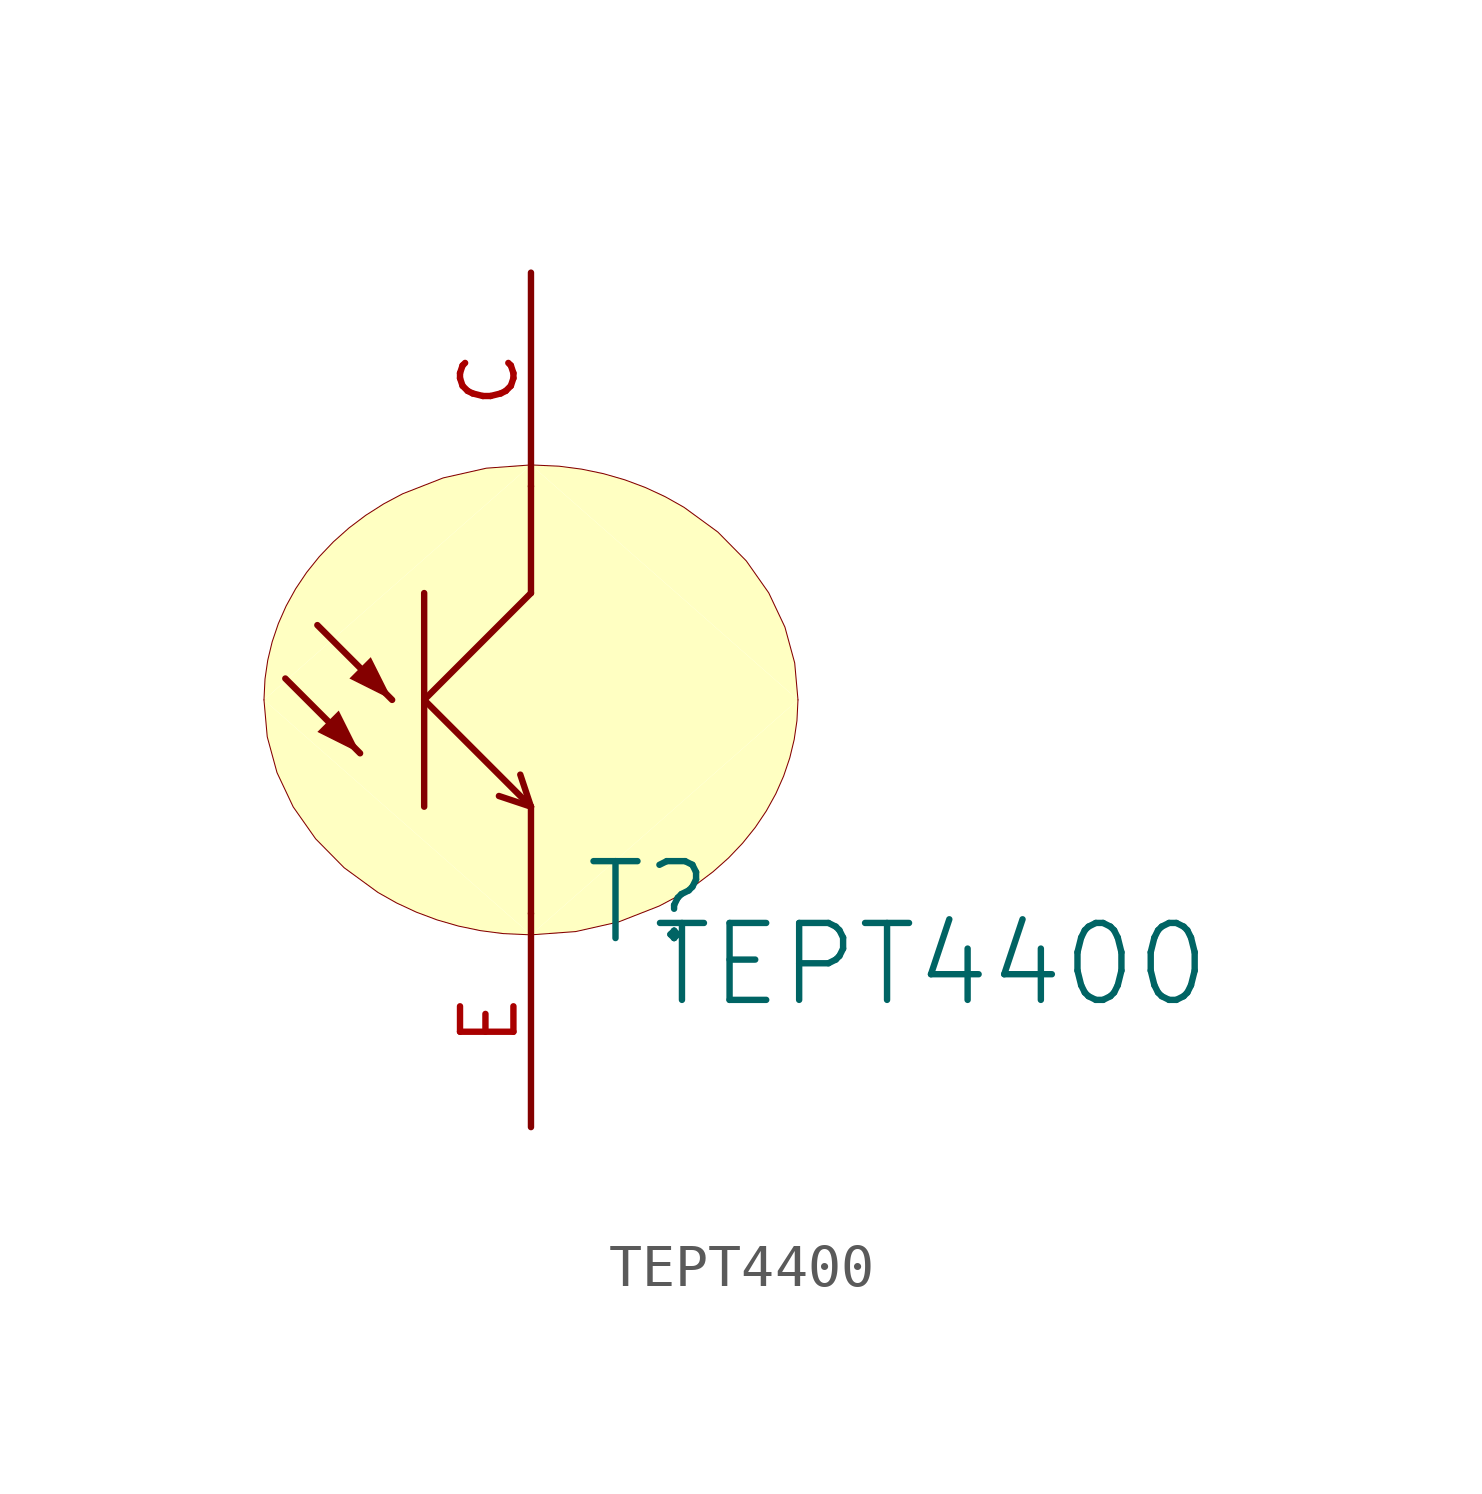
<source format=kicad_sym>
(kicad_symbol_lib
  (version 20241209)
  (generator "kicad_symbol_editor")
  (generator_version "9.0")
  (symbol "TEPT4400"
    (pin_names
      (hide yes))
    (property "Reference" "T"
      (at 2.794 -4.826 0)
      (effects (font (size 1.829 1.829))))
    (property "Value" "TEPT4400"
      (at 2.794 -7.366 0)
      (effects (font (size 1.829 1.829)) (justify left bottom)))
    (symbol "TEPT4400_1_0"
      (bezier (pts (xy -6.35 0) (xy -6.35 -3.086) (xy -3.507 -5.588) (xy 0 -5.588)) (stroke (width 0.025) (type solid)) (fill (type background)))
      (polyline (pts (xy -5.842 0.508) (xy -4.064 -1.27)) (stroke (width 0) (type solid)) (fill (type none)))
      (polyline (pts (xy -5.08 1.778) (xy -3.302 0)) (stroke (width 0) (type solid)) (fill (type none)))
      (polyline (pts (xy -4.064 -1.27) (xy -5.08 -0.762) (xy -4.572 -0.254) (xy -4.064 -1.27)) (stroke (width -0.0001) (type solid)) (fill (type outline)))
      (polyline (pts (xy -3.302 0) (xy -4.318 0.508) (xy -3.81 1.016) (xy -3.302 0)) (stroke (width -0.0001) (type solid)) (fill (type outline)))
      (polyline (pts (xy -2.54 0) (xy 0 2.54)) (stroke (width 0) (type solid)) (fill (type none)))
      (polyline (pts (xy -2.54 0) (xy 0 -2.54)) (stroke (width 0) (type solid)) (fill (type none)))
      (polyline (pts (xy -2.54 -2.54) (xy -2.54 2.54)) (stroke (width 0) (type solid)) (fill (type none)))
      (bezier (pts (xy 0 5.588) (xy -3.507 5.588) (xy -6.35 3.086) (xy -6.35 0)) (stroke (width 0.025) (type solid)) (fill (type background)))
      (polyline (pts (xy 0 5.08) (xy 0 2.54)) (stroke (width 0) (type solid)) (fill (type none)))
      (polyline (pts (xy 0 -2.54) (xy -0.762 -2.286)) (stroke (width 0) (type solid)) (fill (type none)))
      (polyline (pts (xy 0 -2.54) (xy -0.254 -1.778)) (stroke (width 0) (type solid)) (fill (type none)))
      (polyline (pts (xy 0 -2.54) (xy 0 -5.08)) (stroke (width 0) (type solid)) (fill (type none)))
      (bezier (pts (xy 0 -5.588) (xy 3.507 -5.588) (xy 6.35 -3.086) (xy 6.35 0)) (stroke (width 0.025) (type solid)) (fill (type background)))
      (polyline (pts (xy 6.35 0) (xy 0 5.588) (xy -6.35 0) (xy 0 -5.588) (xy 6.35 0)) (stroke (width -0.0001) (type default)) (fill (type background)))
      (bezier (pts (xy 6.35 0) (xy 6.35 3.086) (xy 3.507 5.588) (xy 0 5.588)) (stroke (width 0.025) (type solid)) (fill (type background)))
      (pin passive line (at 0 10.16 270) (length 5.08) (name "C" (effects (font (size 1.27 1.27)))) (number "C" (effects (font (size 1.27 1.27)))))
      (pin passive line (at 0 -10.16 90) (length 5.08) (name "E" (effects (font (size 1.27 1.27)))) (number "E" (effects (font (size 1.27 1.27))))))))
</source>
